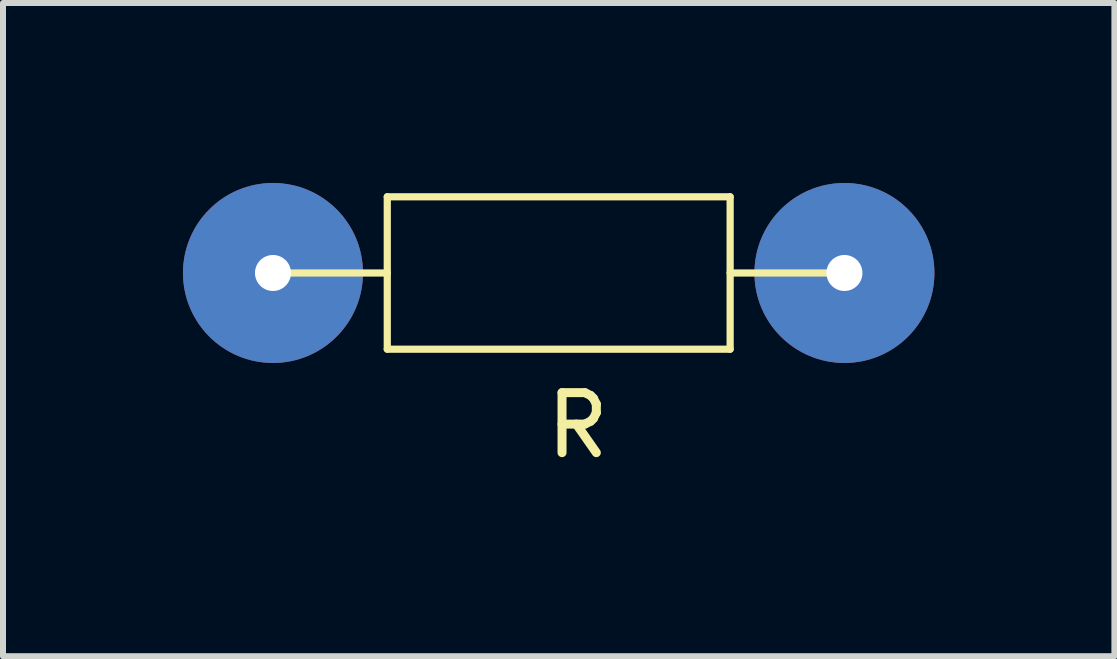
<source format=kicad_pcb>
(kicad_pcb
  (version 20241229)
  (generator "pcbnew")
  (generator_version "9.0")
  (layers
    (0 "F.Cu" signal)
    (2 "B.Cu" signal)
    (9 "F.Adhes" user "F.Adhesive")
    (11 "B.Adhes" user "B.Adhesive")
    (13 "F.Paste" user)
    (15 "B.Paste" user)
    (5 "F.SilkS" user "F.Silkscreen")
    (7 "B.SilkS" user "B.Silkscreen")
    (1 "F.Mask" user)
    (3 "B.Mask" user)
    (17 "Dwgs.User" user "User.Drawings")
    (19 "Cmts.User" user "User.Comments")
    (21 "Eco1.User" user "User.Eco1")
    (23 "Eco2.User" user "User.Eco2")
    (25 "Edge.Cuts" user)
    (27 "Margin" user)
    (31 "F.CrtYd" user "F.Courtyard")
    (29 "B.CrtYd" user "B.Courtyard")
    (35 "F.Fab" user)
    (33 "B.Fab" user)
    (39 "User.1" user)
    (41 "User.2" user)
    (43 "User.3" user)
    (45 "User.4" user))
  (footprint "R"
    (layer "F.Cu")
    (at 6.58 1.5)
    (property "Reference" "R" (at 0 2.54 0) (layer "F.SilkS") (effects (font (size 1 1) (thickness 0.15))))
    (attr through_hole)
    (fp_line (start -5.08 0) (end -3.175 0) (stroke (width 0.12) (type solid)) (layer "F.SilkS"))
    (fp_line (start -3.175 -1.27) (end 2.54 -1.27) (stroke (width 0.12) (type solid)) (layer "F.SilkS"))
    (fp_line (start -3.175 1.27) (end -3.175 -1.27) (stroke (width 0.12) (type solid)) (layer "F.SilkS"))
    (fp_line (start 2.54 -1.27) (end 2.54 1.27) (stroke (width 0.12) (type solid)) (layer "F.SilkS"))
    (fp_line (start 2.54 0) (end 4.445 0) (stroke (width 0.12) (type solid)) (layer "F.SilkS"))
    (fp_line (start 2.54 1.27) (end -3.175 1.27) (stroke (width 0.12) (type solid)) (layer "F.SilkS"))
    (pad "1" thru_hole circle (at -5.08 0) (size 3 3) (drill 0.6) (layers "*.Cu" "*.Mask"))
    (pad "2" thru_hole circle (at 4.445 0) (size 3 3) (drill 0.6) (layers "*.Cu" "*.Mask")))
  (gr_rect
    (start -3 -3)
    (end 15.525 7.888)
    (stroke (width 0.1) (type default))
    (fill no)
    (layer "Edge.Cuts")))
</source>
